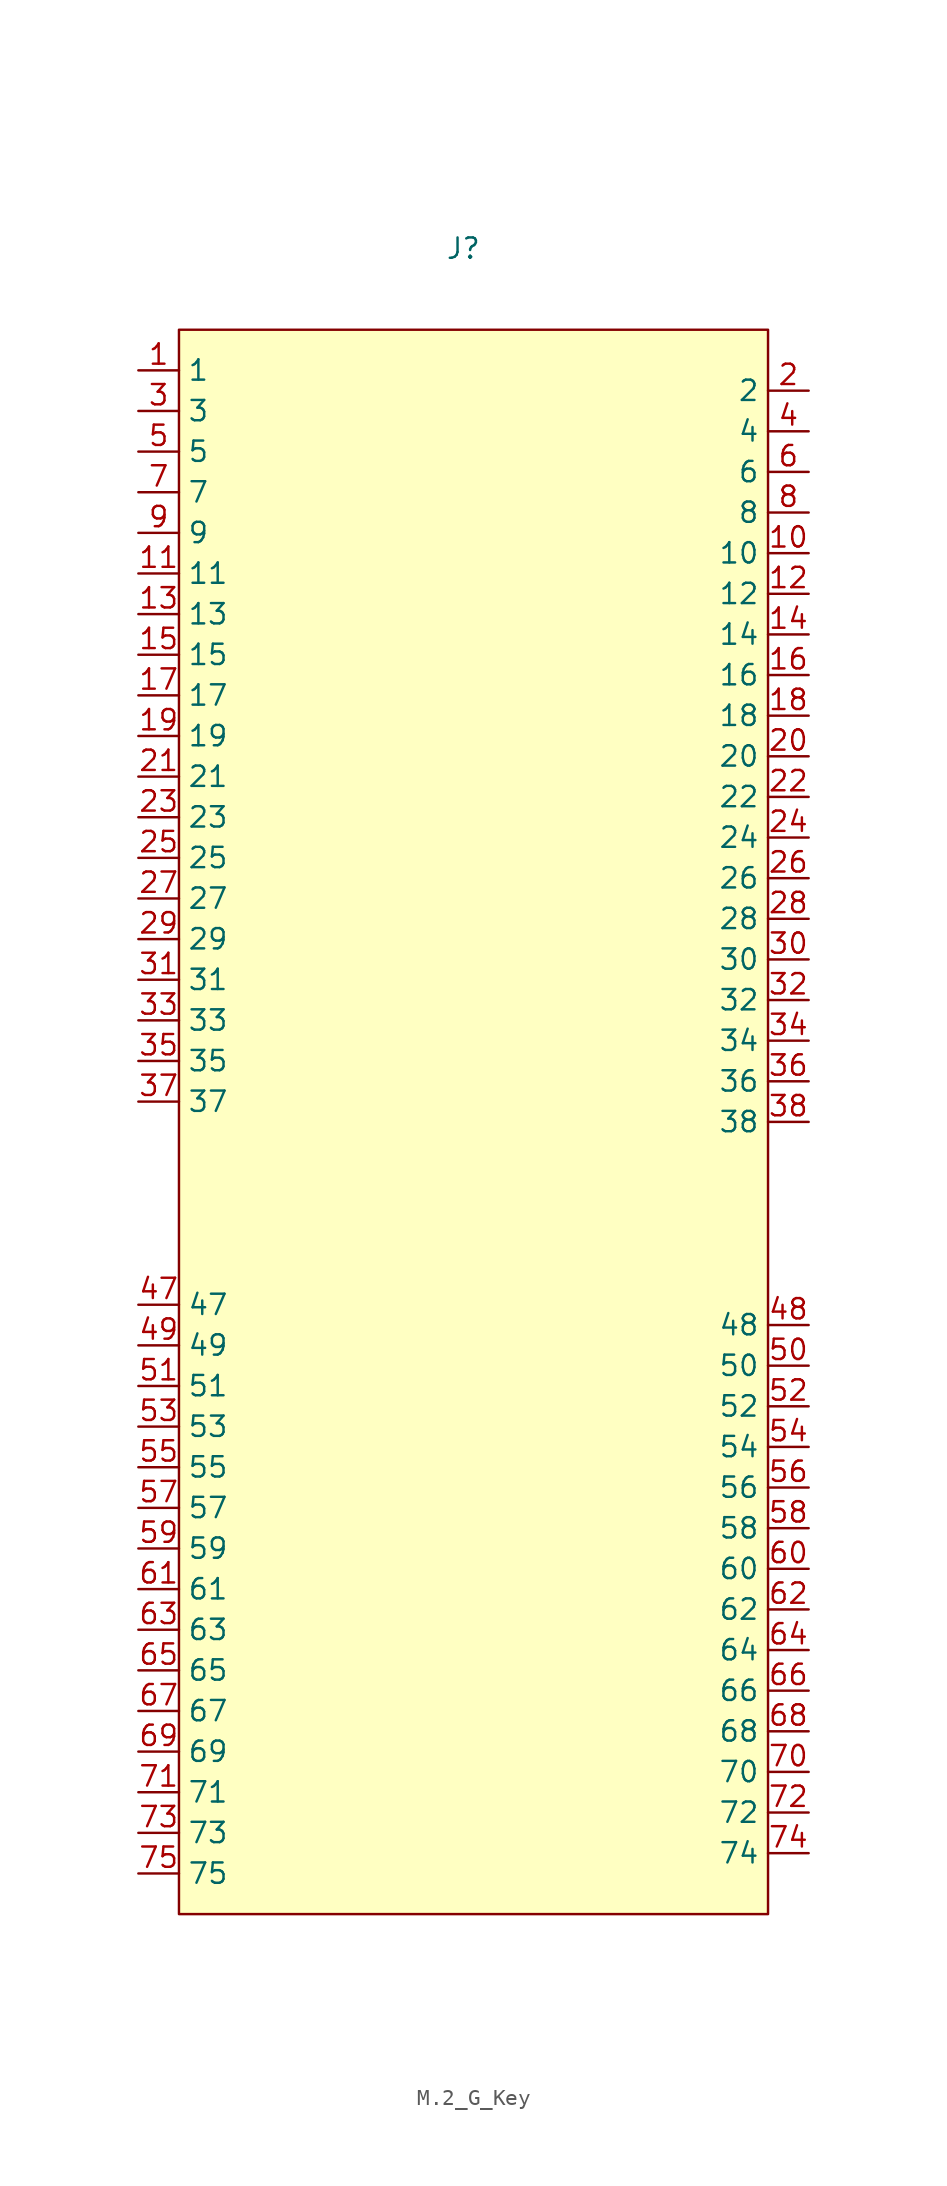
<source format=kicad_sym>
(kicad_symbol_lib
  (version 20241209)
  (generator "kicad_symbol_editor")
  (generator_version "9.0")
  (symbol "M.2_G_Key"
    (property "Reference" "J"
      (at 0 0 0)
      (effects (font (size 1.27 1.27))))
    (property "Value" ""
      (at 0 0 0)
      (effects (font (size 1.27 1.27))))
    (symbol "M.2_G_Key_0_1"
      (rectangle (start -17.78 -5.08) (end 19.05 -104.14) (stroke (width 0) (type default)) (fill (type background))))
    (symbol "M.2_G_Key_1_1"
      (pin unspecified line (at -20.32 -7.62 0) (length 2.54) (name "1" (effects (font (size 1.27 1.27)))) (number "1" (effects (font (size 1.27 1.27)))))
      (pin unspecified line (at -20.32 -10.16 0) (length 2.54) (name "3" (effects (font (size 1.27 1.27)))) (number "3" (effects (font (size 1.27 1.27)))))
      (pin unspecified line (at -20.32 -12.7 0) (length 2.54) (name "5" (effects (font (size 1.27 1.27)))) (number "5" (effects (font (size 1.27 1.27)))))
      (pin unspecified line (at -20.32 -15.24 0) (length 2.54) (name "7" (effects (font (size 1.27 1.27)))) (number "7" (effects (font (size 1.27 1.27)))))
      (pin unspecified line (at -20.32 -17.78 0) (length 2.54) (name "9" (effects (font (size 1.27 1.27)))) (number "9" (effects (font (size 1.27 1.27)))))
      (pin unspecified line (at -20.32 -20.32 0) (length 2.54) (name "11" (effects (font (size 1.27 1.27)))) (number "11" (effects (font (size 1.27 1.27)))))
      (pin unspecified line (at -20.32 -22.86 0) (length 2.54) (name "13" (effects (font (size 1.27 1.27)))) (number "13" (effects (font (size 1.27 1.27)))))
      (pin unspecified line (at -20.32 -25.4 0) (length 2.54) (name "15" (effects (font (size 1.27 1.27)))) (number "15" (effects (font (size 1.27 1.27)))))
      (pin unspecified line (at -20.32 -27.94 0) (length 2.54) (name "17" (effects (font (size 1.27 1.27)))) (number "17" (effects (font (size 1.27 1.27)))))
      (pin unspecified line (at -20.32 -30.48 0) (length 2.54) (name "19" (effects (font (size 1.27 1.27)))) (number "19" (effects (font (size 1.27 1.27)))))
      (pin unspecified line (at -20.32 -33.02 0) (length 2.54) (name "21" (effects (font (size 1.27 1.27)))) (number "21" (effects (font (size 1.27 1.27)))))
      (pin unspecified line (at -20.32 -35.56 0) (length 2.54) (name "23" (effects (font (size 1.27 1.27)))) (number "23" (effects (font (size 1.27 1.27)))))
      (pin unspecified line (at -20.32 -38.1 0) (length 2.54) (name "25" (effects (font (size 1.27 1.27)))) (number "25" (effects (font (size 1.27 1.27)))))
      (pin unspecified line (at -20.32 -40.64 0) (length 2.54) (name "27" (effects (font (size 1.27 1.27)))) (number "27" (effects (font (size 1.27 1.27)))))
      (pin unspecified line (at -20.32 -43.18 0) (length 2.54) (name "29" (effects (font (size 1.27 1.27)))) (number "29" (effects (font (size 1.27 1.27)))))
      (pin unspecified line (at -20.32 -45.72 0) (length 2.54) (name "31" (effects (font (size 1.27 1.27)))) (number "31" (effects (font (size 1.27 1.27)))))
      (pin unspecified line (at -20.32 -48.26 0) (length 2.54) (name "33" (effects (font (size 1.27 1.27)))) (number "33" (effects (font (size 1.27 1.27)))))
      (pin unspecified line (at -20.32 -50.8 0) (length 2.54) (name "35" (effects (font (size 1.27 1.27)))) (number "35" (effects (font (size 1.27 1.27)))))
      (pin unspecified line (at -20.32 -53.34 0) (length 2.54) (name "37" (effects (font (size 1.27 1.27)))) (number "37" (effects (font (size 1.27 1.27)))))
      (pin unspecified line (at -20.32 -66.04 0) (length 2.54) (name "47" (effects (font (size 1.27 1.27)))) (number "47" (effects (font (size 1.27 1.27)))))
      (pin unspecified line (at -20.32 -68.58 0) (length 2.54) (name "49" (effects (font (size 1.27 1.27)))) (number "49" (effects (font (size 1.27 1.27)))))
      (pin unspecified line (at -20.32 -71.12 0) (length 2.54) (name "51" (effects (font (size 1.27 1.27)))) (number "51" (effects (font (size 1.27 1.27)))))
      (pin unspecified line (at -20.32 -73.66 0) (length 2.54) (name "53" (effects (font (size 1.27 1.27)))) (number "53" (effects (font (size 1.27 1.27)))))
      (pin unspecified line (at -20.32 -76.2 0) (length 2.54) (name "55" (effects (font (size 1.27 1.27)))) (number "55" (effects (font (size 1.27 1.27)))))
      (pin unspecified line (at -20.32 -78.74 0) (length 2.54) (name "57" (effects (font (size 1.27 1.27)))) (number "57" (effects (font (size 1.27 1.27)))))
      (pin unspecified line (at -20.32 -81.28 0) (length 2.54) (name "59" (effects (font (size 1.27 1.27)))) (number "59" (effects (font (size 1.27 1.27)))))
      (pin unspecified line (at -20.32 -83.82 0) (length 2.54) (name "61" (effects (font (size 1.27 1.27)))) (number "61" (effects (font (size 1.27 1.27)))))
      (pin unspecified line (at -20.32 -86.36 0) (length 2.54) (name "63" (effects (font (size 1.27 1.27)))) (number "63" (effects (font (size 1.27 1.27)))))
      (pin unspecified line (at -20.32 -88.9 0) (length 2.54) (name "65" (effects (font (size 1.27 1.27)))) (number "65" (effects (font (size 1.27 1.27)))))
      (pin unspecified line (at -20.32 -91.44 0) (length 2.54) (name "67" (effects (font (size 1.27 1.27)))) (number "67" (effects (font (size 1.27 1.27)))))
      (pin unspecified line (at -20.32 -93.98 0) (length 2.54) (name "69" (effects (font (size 1.27 1.27)))) (number "69" (effects (font (size 1.27 1.27)))))
      (pin unspecified line (at -20.32 -96.52 0) (length 2.54) (name "71" (effects (font (size 1.27 1.27)))) (number "71" (effects (font (size 1.27 1.27)))))
      (pin unspecified line (at -20.32 -99.06 0) (length 2.54) (name "73" (effects (font (size 1.27 1.27)))) (number "73" (effects (font (size 1.27 1.27)))))
      (pin unspecified line (at -20.32 -101.6 0) (length 2.54) (name "75" (effects (font (size 1.27 1.27)))) (number "75" (effects (font (size 1.27 1.27)))))
      (pin unspecified line (at 21.59 -8.89 180) (length 2.54) (name "2" (effects (font (size 1.27 1.27)))) (number "2" (effects (font (size 1.27 1.27)))))
      (pin unspecified line (at 21.59 -11.43 180) (length 2.54) (name "4" (effects (font (size 1.27 1.27)))) (number "4" (effects (font (size 1.27 1.27)))))
      (pin unspecified line (at 21.59 -13.97 180) (length 2.54) (name "6" (effects (font (size 1.27 1.27)))) (number "6" (effects (font (size 1.27 1.27)))))
      (pin unspecified line (at 21.59 -16.51 180) (length 2.54) (name "8" (effects (font (size 1.27 1.27)))) (number "8" (effects (font (size 1.27 1.27)))))
      (pin unspecified line (at 21.59 -19.05 180) (length 2.54) (name "10" (effects (font (size 1.27 1.27)))) (number "10" (effects (font (size 1.27 1.27)))))
      (pin unspecified line (at 21.59 -21.59 180) (length 2.54) (name "12" (effects (font (size 1.27 1.27)))) (number "12" (effects (font (size 1.27 1.27)))))
      (pin unspecified line (at 21.59 -24.13 180) (length 2.54) (name "14" (effects (font (size 1.27 1.27)))) (number "14" (effects (font (size 1.27 1.27)))))
      (pin unspecified line (at 21.59 -26.67 180) (length 2.54) (name "16" (effects (font (size 1.27 1.27)))) (number "16" (effects (font (size 1.27 1.27)))))
      (pin unspecified line (at 21.59 -29.21 180) (length 2.54) (name "18" (effects (font (size 1.27 1.27)))) (number "18" (effects (font (size 1.27 1.27)))))
      (pin unspecified line (at 21.59 -31.75 180) (length 2.54) (name "20" (effects (font (size 1.27 1.27)))) (number "20" (effects (font (size 1.27 1.27)))))
      (pin unspecified line (at 21.59 -34.29 180) (length 2.54) (name "22" (effects (font (size 1.27 1.27)))) (number "22" (effects (font (size 1.27 1.27)))))
      (pin unspecified line (at 21.59 -36.83 180) (length 2.54) (name "24" (effects (font (size 1.27 1.27)))) (number "24" (effects (font (size 1.27 1.27)))))
      (pin unspecified line (at 21.59 -39.37 180) (length 2.54) (name "26" (effects (font (size 1.27 1.27)))) (number "26" (effects (font (size 1.27 1.27)))))
      (pin unspecified line (at 21.59 -41.91 180) (length 2.54) (name "28" (effects (font (size 1.27 1.27)))) (number "28" (effects (font (size 1.27 1.27)))))
      (pin unspecified line (at 21.59 -44.45 180) (length 2.54) (name "30" (effects (font (size 1.27 1.27)))) (number "30" (effects (font (size 1.27 1.27)))))
      (pin unspecified line (at 21.59 -46.99 180) (length 2.54) (name "32" (effects (font (size 1.27 1.27)))) (number "32" (effects (font (size 1.27 1.27)))))
      (pin unspecified line (at 21.59 -49.53 180) (length 2.54) (name "34" (effects (font (size 1.27 1.27)))) (number "34" (effects (font (size 1.27 1.27)))))
      (pin unspecified line (at 21.59 -52.07 180) (length 2.54) (name "36" (effects (font (size 1.27 1.27)))) (number "36" (effects (font (size 1.27 1.27)))))
      (pin unspecified line (at 21.59 -54.61 180) (length 2.54) (name "38" (effects (font (size 1.27 1.27)))) (number "38" (effects (font (size 1.27 1.27)))))
      (pin unspecified line (at 21.59 -67.31 180) (length 2.54) (name "48" (effects (font (size 1.27 1.27)))) (number "48" (effects (font (size 1.27 1.27)))))
      (pin unspecified line (at 21.59 -69.85 180) (length 2.54) (name "50" (effects (font (size 1.27 1.27)))) (number "50" (effects (font (size 1.27 1.27)))))
      (pin unspecified line (at 21.59 -72.39 180) (length 2.54) (name "52" (effects (font (size 1.27 1.27)))) (number "52" (effects (font (size 1.27 1.27)))))
      (pin unspecified line (at 21.59 -74.93 180) (length 2.54) (name "54" (effects (font (size 1.27 1.27)))) (number "54" (effects (font (size 1.27 1.27)))))
      (pin unspecified line (at 21.59 -77.47 180) (length 2.54) (name "56" (effects (font (size 1.27 1.27)))) (number "56" (effects (font (size 1.27 1.27)))))
      (pin unspecified line (at 21.59 -80.01 180) (length 2.54) (name "58" (effects (font (size 1.27 1.27)))) (number "58" (effects (font (size 1.27 1.27)))))
      (pin unspecified line (at 21.59 -82.55 180) (length 2.54) (name "60" (effects (font (size 1.27 1.27)))) (number "60" (effects (font (size 1.27 1.27)))))
      (pin unspecified line (at 21.59 -85.09 180) (length 2.54) (name "62" (effects (font (size 1.27 1.27)))) (number "62" (effects (font (size 1.27 1.27)))))
      (pin unspecified line (at 21.59 -87.63 180) (length 2.54) (name "64" (effects (font (size 1.27 1.27)))) (number "64" (effects (font (size 1.27 1.27)))))
      (pin unspecified line (at 21.59 -90.17 180) (length 2.54) (name "66" (effects (font (size 1.27 1.27)))) (number "66" (effects (font (size 1.27 1.27)))))
      (pin unspecified line (at 21.59 -92.71 180) (length 2.54) (name "68" (effects (font (size 1.27 1.27)))) (number "68" (effects (font (size 1.27 1.27)))))
      (pin unspecified line (at 21.59 -95.25 180) (length 2.54) (name "70" (effects (font (size 1.27 1.27)))) (number "70" (effects (font (size 1.27 1.27)))))
      (pin unspecified line (at 21.59 -97.79 180) (length 2.54) (name "72" (effects (font (size 1.27 1.27)))) (number "72" (effects (font (size 1.27 1.27)))))
      (pin unspecified line (at 21.59 -100.33 180) (length 2.54) (name "74" (effects (font (size 1.27 1.27)))) (number "74" (effects (font (size 1.27 1.27))))))))
</source>
